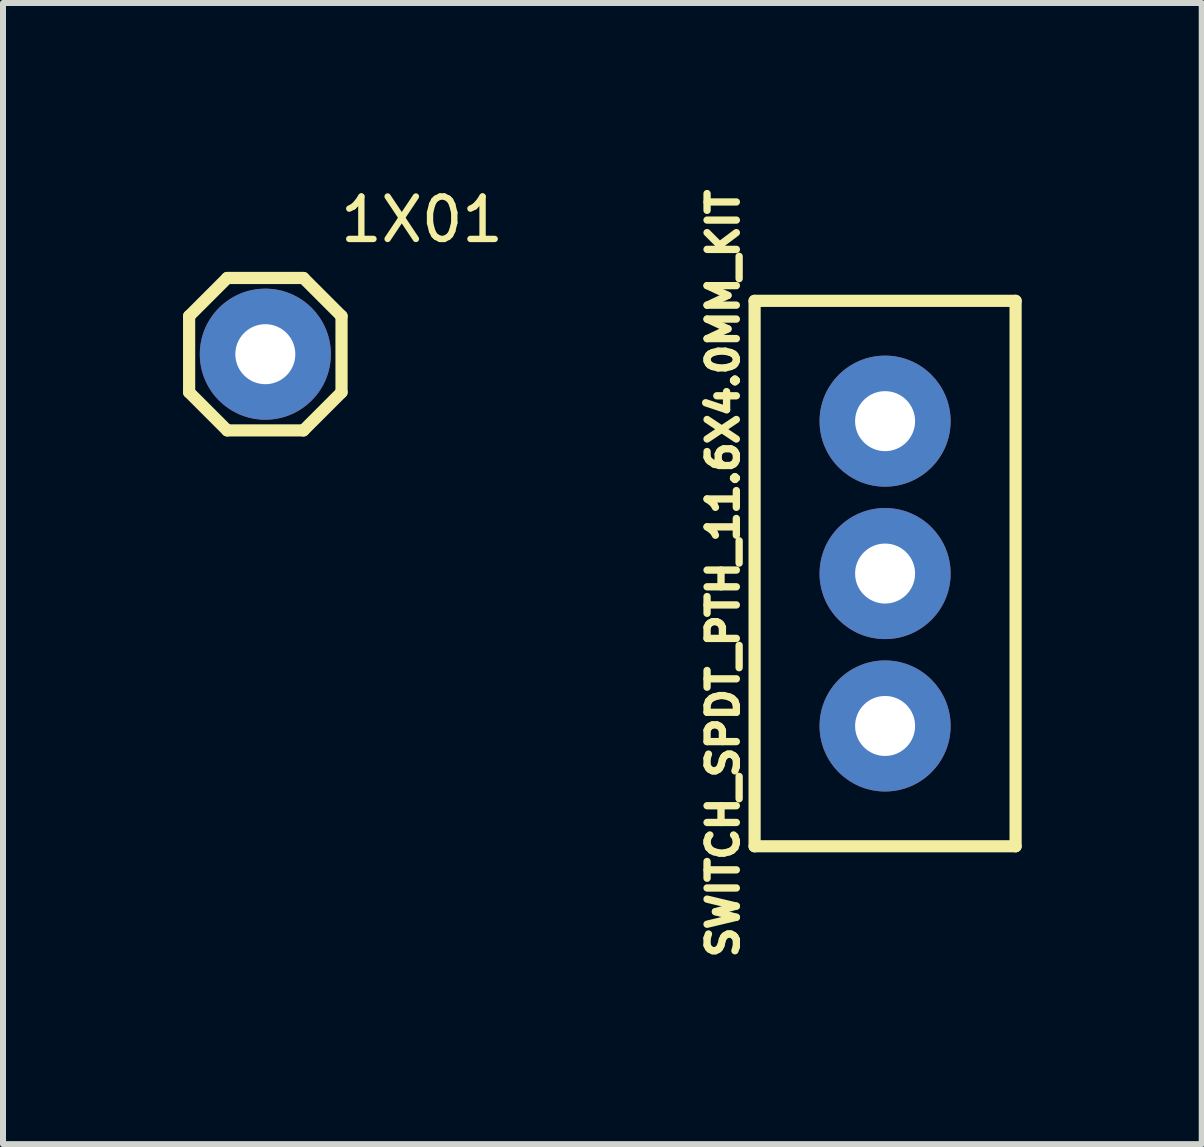
<source format=kicad_pcb>
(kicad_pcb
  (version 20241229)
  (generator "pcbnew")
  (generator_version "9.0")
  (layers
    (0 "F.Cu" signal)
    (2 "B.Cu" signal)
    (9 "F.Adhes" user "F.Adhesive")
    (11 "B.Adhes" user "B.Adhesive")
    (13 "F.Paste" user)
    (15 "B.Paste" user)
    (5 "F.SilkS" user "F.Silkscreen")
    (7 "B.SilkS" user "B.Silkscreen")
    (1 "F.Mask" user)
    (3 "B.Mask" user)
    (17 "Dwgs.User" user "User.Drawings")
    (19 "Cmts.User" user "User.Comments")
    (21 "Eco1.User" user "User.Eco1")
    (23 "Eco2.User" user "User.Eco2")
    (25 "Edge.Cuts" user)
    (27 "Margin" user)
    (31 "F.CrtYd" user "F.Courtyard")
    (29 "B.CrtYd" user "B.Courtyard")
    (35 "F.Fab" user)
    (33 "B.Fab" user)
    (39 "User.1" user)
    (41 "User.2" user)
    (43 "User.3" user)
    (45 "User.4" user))
  (footprint "SWITCH_SPDT_PTH_11.6X4.0MM_KIT"
    (layer "F.Cu")
    (at 11.701 6.509)
    (property "Reference" "SWITCH_SPDT_PTH_11.6X4.0MM_KIT" (at -2.413 0 90) (layer "F.SilkS") (effects (font (size 0.488 0.488) (thickness 0.122)) (justify bottom)))
    (fp_poly (pts (xy 0.159 -3.204) (xy 0.301 -3.128) (xy 0.417 -3.009) (xy 0.507 -2.714) (xy 0.48 -2.555) (xy 0.408 -2.415) (xy 0.296 -2.305) (xy 0.155 -2.235) (xy 0.009 -2.213) (xy 0.000001 -2.276) (xy -0.008 -2.213) (xy -0.153 -2.232) (xy -0.294 -2.3) (xy -0.41 -2.411) (xy -0.509 -2.693) (xy -0.487 -2.86) (xy -0.417 -3.007) (xy -0.301 -3.128) (xy -0.005 -3.233)) (stroke (width 0) (type solid)) (fill yes) (layer "F.Mask"))
    (fp_poly (pts (xy 0.162 2.237) (xy 0.304 2.312) (xy 0.419 2.432) (xy 0.505 2.712) (xy 0.445 2.73) (xy 0.507 2.741) (xy 0.483 2.886) (xy 0.41 3.025) (xy 0.298 3.136) (xy 0.158 3.206) (xy 0.012 3.228) (xy 0.003 3.165) (xy -0.006 3.228) (xy -0.151 3.208) (xy -0.291 3.141) (xy -0.408 3.029) (xy -0.507 2.747) (xy -0.485 2.581) (xy -0.414 2.434) (xy -0.299 2.312) (xy -0.003 2.208)) (stroke (width 0) (type solid)) (fill yes) (layer "F.Mask"))
    (fp_poly (pts (xy 0.17 -0.481) (xy 0.312 -0.405) (xy 0.427 -0.286) (xy 0.513 -0.006) (xy 0.452 0.013) (xy 0.515 0.023) (xy 0.49 0.168) (xy 0.418 0.308) (xy 0.306 0.418) (xy 0.165 0.488) (xy 0.02 0.51) (xy 0.01 0.447) (xy 0.002 0.51) (xy -0.143 0.491) (xy -0.284 0.423) (xy -0.4 0.312) (xy -0.499 0.03) (xy -0.477 -0.137) (xy -0.407 -0.284) (xy -0.291 -0.405) (xy -0.011 -0.504) (xy 0.01 -0.444) (xy 0.021 -0.507)) (stroke (width 0) (type solid)) (fill yes) (layer "F.Mask"))
    (fp_poly (pts (xy 0.225 1.801) (xy 0.425 1.876) (xy 0.603 1.993) (xy 0.75 2.147) (xy 0.862 2.333) (xy 0.944 2.73) (xy 0.881 2.743) (xy 0.944 2.751) (xy 0.918 2.952) (xy 0.845 3.148) (xy 0.731 3.323) (xy 0.58 3.468) (xy 0.398 3.578) (xy 0.008 3.659) (xy -0.005 3.597) (xy -0.011 3.66) (xy -0.211 3.64) (xy -0.408 3.573) (xy -0.585 3.465) (xy -0.734 3.32) (xy -0.846 3.145) (xy -0.917 2.95) (xy -0.943 2.744) (xy -0.92 2.529) (xy -0.851 2.325) (xy -0.738 2.141) (xy -0.587 1.988) (xy -0.402 1.869) (xy 0.01 1.772)) (stroke (width 0) (type solid)) (fill yes) (layer "B.Mask"))
    (fp_poly (pts (xy 0.209 -3.63) (xy 0.409 -3.557) (xy 0.588 -3.443) (xy 0.737 -3.291) (xy 0.848 -3.11) (xy 0.916 -2.908) (xy 0.937 -2.701) (xy 0.937 -2.693) (xy 0.91 -2.488) (xy 0.837 -2.291) (xy 0.721 -2.116) (xy 0.57 -1.97) (xy 0.387 -1.86) (xy -0.011 -1.778) (xy -0.021 -1.778) (xy -0.223 -1.8) (xy -0.418 -1.868) (xy -0.593 -1.977) (xy -0.74 -2.123) (xy -0.85 -2.297) (xy -0.919 -2.492) (xy -0.943 -2.697) (xy -0.921 -2.908) (xy -0.853 -3.11) (xy -0.742 -3.291) (xy -0.593 -3.442) (xy -0.414 -3.557) (xy -0.214 -3.63) (xy -0.006 -3.655) (xy 0.001 -3.655)) (stroke (width 0) (type solid)) (fill yes) (layer "B.Mask"))
    (fp_poly (pts (xy 0.015 -0.879) (xy 0.023 -0.942) (xy 0.224 -0.916) (xy 0.421 -0.844) (xy 0.597 -0.729) (xy 0.743 -0.578) (xy 0.853 -0.396) (xy 0.938 0.005) (xy 0.912 0.217) (xy 0.841 0.415) (xy 0.727 0.592) (xy 0.577 0.739) (xy 0.398 0.849) (xy 0.198 0.916) (xy -0.004 0.937) (xy -0.01 0.874) (xy -0.017 0.937) (xy -0.215 0.916) (xy -0.411 0.849) (xy -0.587 0.74) (xy -0.734 0.595) (xy -0.846 0.421) (xy -0.915 0.226) (xy -0.94 0.024) (xy -0.94 0.017) (xy -0.917 -0.193) (xy -0.847 -0.396) (xy -0.733 -0.578) (xy -0.582 -0.731) (xy -0.401 -0.846) (xy -0.198 -0.918) (xy 0.008 -0.942)) (stroke (width 0) (type solid)) (fill yes) (layer "B.Mask"))
    (fp_line (start -2.175 -4.545) (end -2.175 4.545) (stroke (width 0.203) (type solid)) (layer "F.SilkS"))
    (fp_line (start -2.175 4.545) (end 2.175 4.545) (stroke (width 0.203) (type solid)) (layer "F.SilkS"))
    (fp_line (start 2.175 -4.545) (end -2.175 -4.545) (stroke (width 0.203) (type solid)) (layer "F.SilkS"))
    (fp_line (start 2.175 4.545) (end 2.175 -4.545) (stroke (width 0.203) (type solid)) (layer "F.SilkS"))
    (fp_poly (pts (xy -0.229 -2.235) (xy 0.229 -2.235) (xy 0.229 -2.845) (xy -0.229 -2.845)) (stroke (width 0.1) (type solid)) (fill no) (layer "F.Fab"))
    (fp_poly (pts (xy -0.229 0.305) (xy 0.229 0.305) (xy 0.229 -0.305) (xy -0.229 -0.305)) (stroke (width 0.1) (type solid)) (fill no) (layer "F.Fab"))
    (fp_poly (pts (xy -0.229 2.845) (xy 0.229 2.845) (xy 0.229 2.235) (xy -0.229 2.235)) (stroke (width 0.1) (type solid)) (fill no) (layer "F.Fab"))
    (pad "1" thru_hole circle (at 0 -2.54) (size 2.184 2.184) (drill 1) (layers "*.Cu"))
    (pad "2" thru_hole circle (at 0 0) (size 2.184 2.184) (drill 1) (layers "*.Cu"))
    (pad "3" thru_hole circle (at 0 2.54) (size 2.184 2.184) (drill 1) (layers "*.Cu")))
  (footprint "1X01"
    (layer "F.Cu")
    (at 1.372 2.853)
    (property "Reference" "1X01" (at 1.194 -1.829 0) (layer "F.SilkS") (effects (font (size 0.707 0.707) (thickness 0.106)) (justify left bottom)))
    (fp_line (start -1.27 -0.635) (end -1.27 0.635) (stroke (width 0.203) (type solid)) (layer "F.SilkS"))
    (fp_line (start -1.27 0.635) (end -0.635 1.27) (stroke (width 0.203) (type solid)) (layer "F.SilkS"))
    (fp_line (start -0.635 -1.27) (end -1.27 -0.635) (stroke (width 0.203) (type solid)) (layer "F.SilkS"))
    (fp_line (start -0.635 1.27) (end 0.635 1.27) (stroke (width 0.203) (type solid)) (layer "F.SilkS"))
    (fp_line (start 0.635 -1.27) (end -0.635 -1.27) (stroke (width 0.203) (type solid)) (layer "F.SilkS"))
    (fp_line (start 0.635 1.27) (end 1.27 0.635) (stroke (width 0.203) (type solid)) (layer "F.SilkS"))
    (fp_line (start 1.27 -0.635) (end 0.635 -1.27) (stroke (width 0.203) (type solid)) (layer "F.SilkS"))
    (fp_line (start 1.27 0.635) (end 1.27 -0.635) (stroke (width 0.203) (type solid)) (layer "F.SilkS"))
    (fp_poly (pts (xy -0.254 0.254) (xy 0.254 0.254) (xy 0.254 -0.254) (xy -0.254 -0.254)) (stroke (width 0.1) (type solid)) (fill no) (layer "F.Fab"))
    (pad "1" thru_hole circle (at 0 0 90) (size 2.184 2.184) (drill 1) (layers "*.Cu" "*.Mask")))
  (gr_rect
    (start -3 -3)
    (end 16.978 16.018)
    (stroke (width 0.1) (type default))
    (fill no)
    (layer "Edge.Cuts")))
</source>
